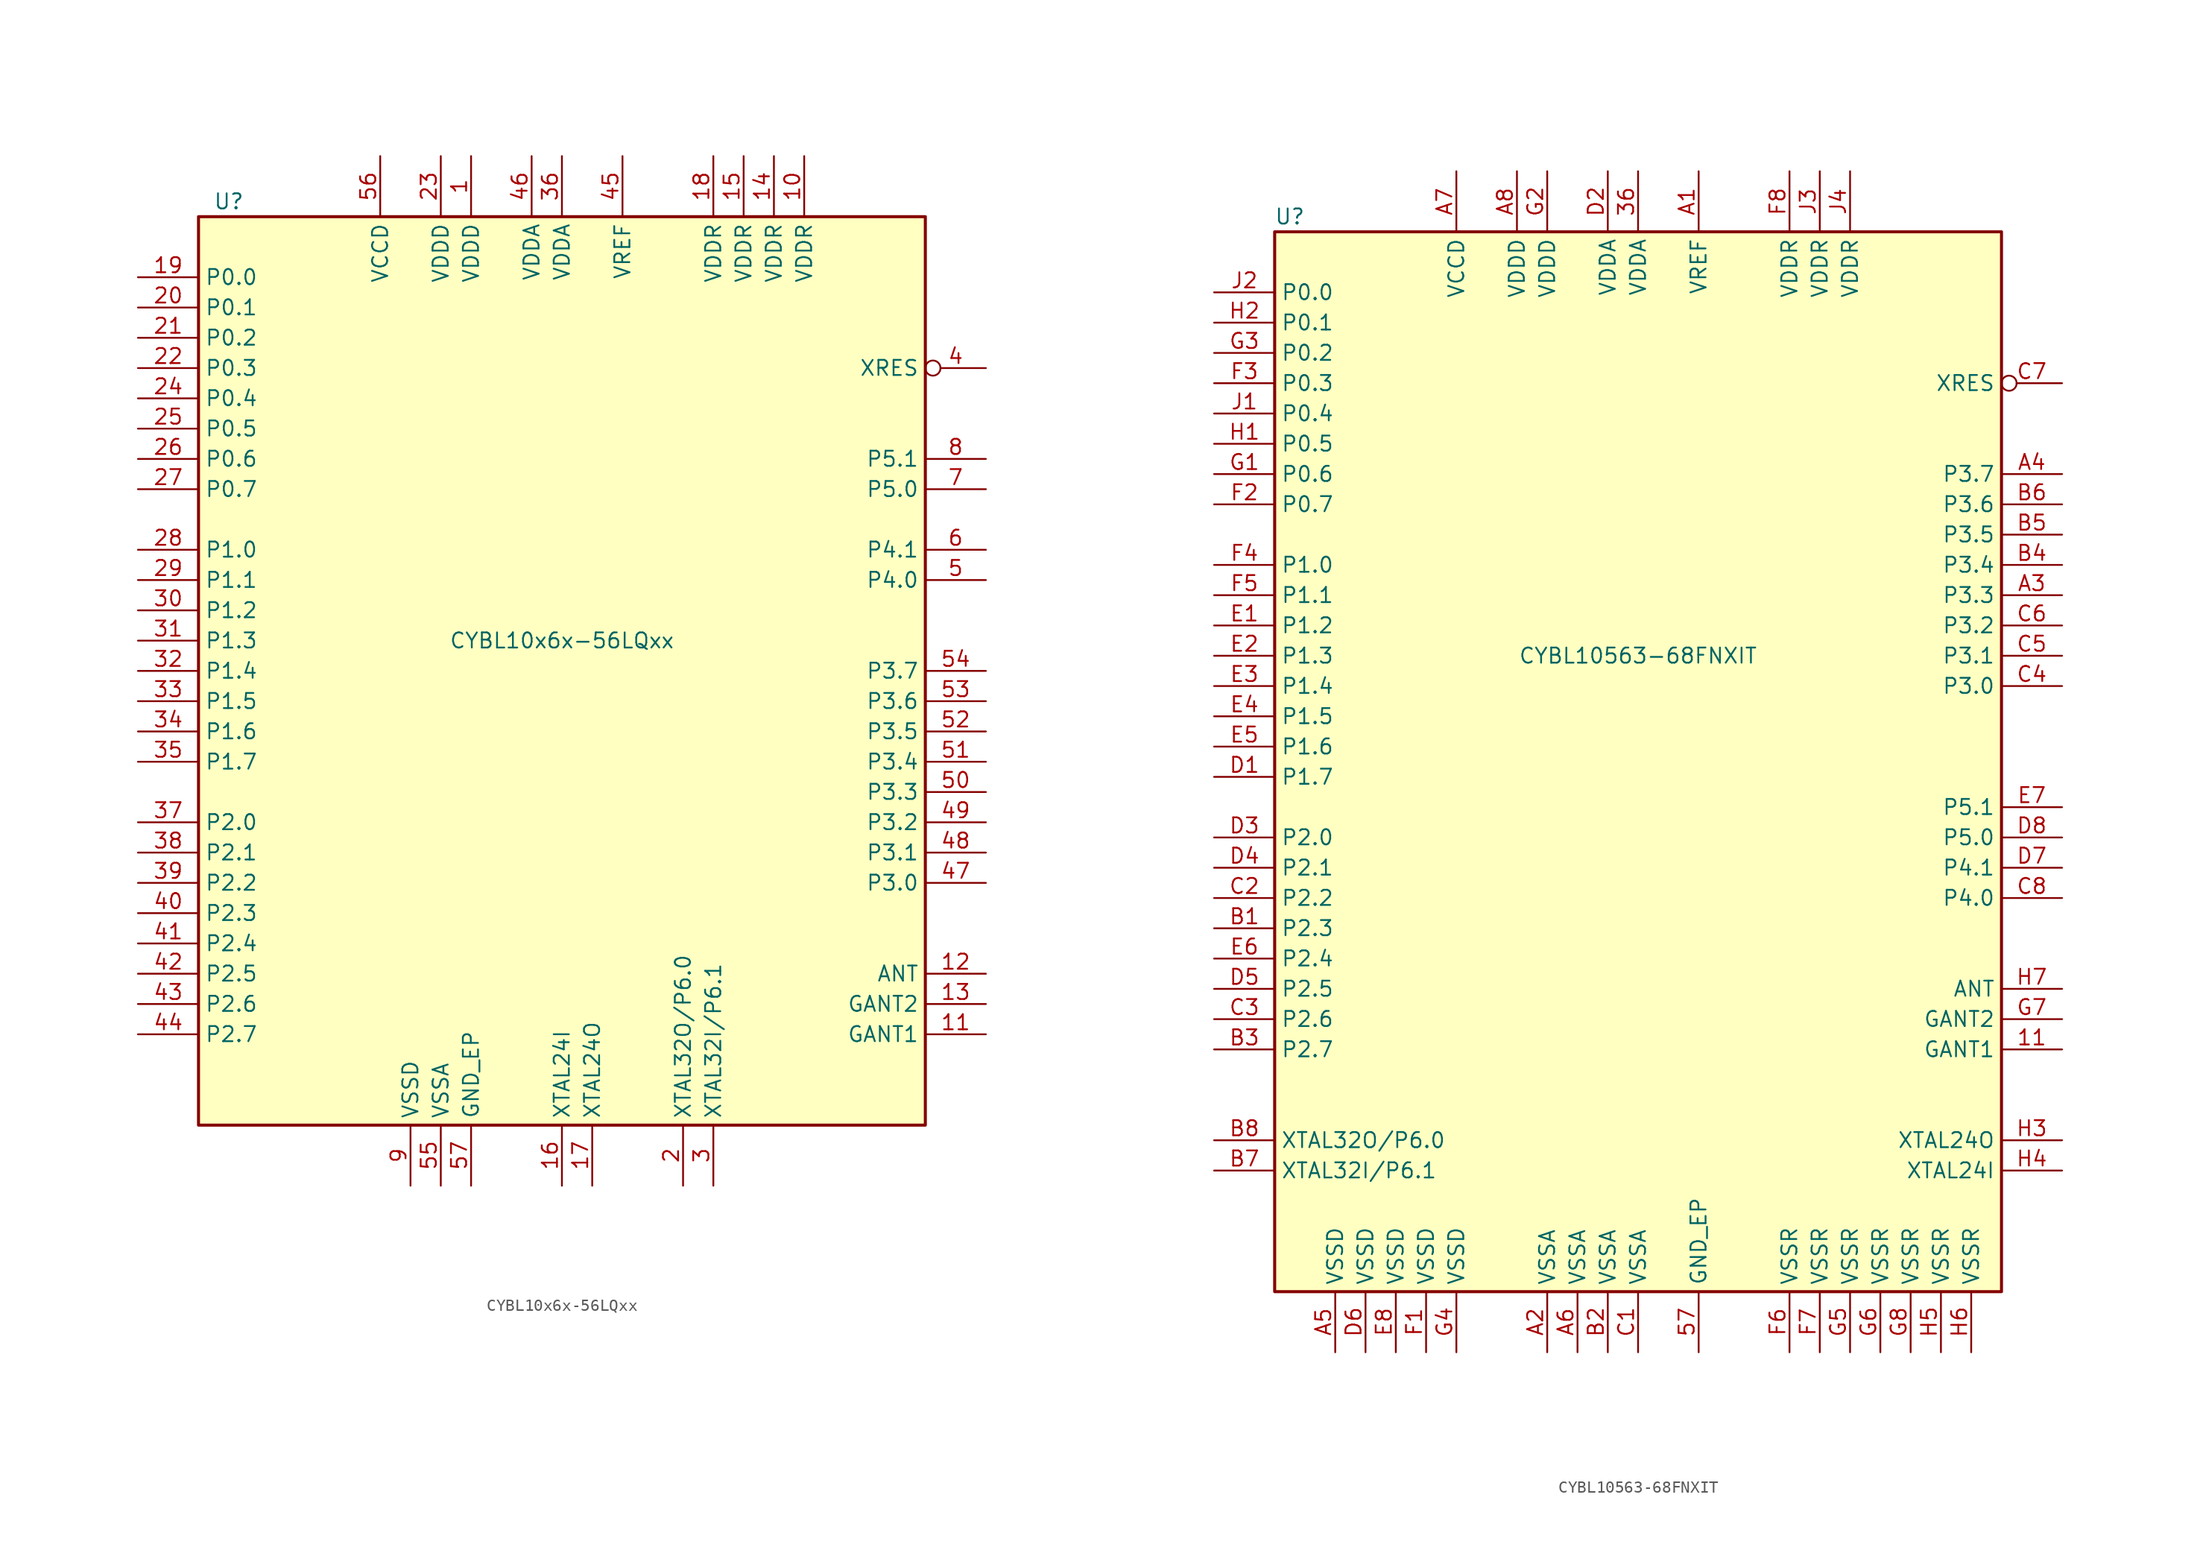
<source format=kicad_sym>
(kicad_symbol_lib
  (version 20201005)
  (generator kicad_symbol_editor)
  (symbol "CYBL10x6x-56LQxx"
    (property "Reference" "U"
      (at -27.94 39.37 0)
      (effects (font (size 1.27 1.27))))
    (property "Value" "CYBL10x6x-56LQxx"
      (at 0 2.54 0)
      (effects (font (size 1.27 1.27))))
    (symbol "CYBL10x6x-56LQxx_1_0"
      (rectangle (start -30.48 -38.1) (end 30.48 38.1) (stroke (width 0.254)) (fill (type background))))
    (symbol "CYBL10x6x-56LQxx_1_1"
      (pin power_in line (at -7.62 43.18 270) (length 5.08) (name "VDDD" (effects (font (size 1.27 1.27)))) (number "1" (effects (font (size 1.27 1.27)))))
      (pin power_in line (at 20.32 43.18 270) (length 5.08) (name "VDDR" (effects (font (size 1.27 1.27)))) (number "10" (effects (font (size 1.27 1.27)))))
      (pin power_in line (at 35.56 -30.48 180) (length 5.08) (name "GANT1" (effects (font (size 1.27 1.27)))) (number "11" (effects (font (size 1.27 1.27)))))
      (pin output line (at 35.56 -25.4 180) (length 5.08) (name "ANT" (effects (font (size 1.27 1.27)))) (number "12" (effects (font (size 1.27 1.27)))))
      (pin power_in line (at 35.56 -27.94 180) (length 5.08) (name "GANT2" (effects (font (size 1.27 1.27)))) (number "13" (effects (font (size 1.27 1.27)))))
      (pin power_in line (at 17.78 43.18 270) (length 5.08) (name "VDDR" (effects (font (size 1.27 1.27)))) (number "14" (effects (font (size 1.27 1.27)))))
      (pin power_in line (at 15.24 43.18 270) (length 5.08) (name "VDDR" (effects (font (size 1.27 1.27)))) (number "15" (effects (font (size 1.27 1.27)))))
      (pin input line (at 0 -43.18 90) (length 5.08) (name "XTAL24I" (effects (font (size 1.27 1.27)))) (number "16" (effects (font (size 1.27 1.27)))))
      (pin output line (at 2.54 -43.18 90) (length 5.08) (name "XTAL24O" (effects (font (size 1.27 1.27)))) (number "17" (effects (font (size 1.27 1.27)))))
      (pin power_in line (at 12.7 43.18 270) (length 5.08) (name "VDDR" (effects (font (size 1.27 1.27)))) (number "18" (effects (font (size 1.27 1.27)))))
      (pin bidirectional line (at -35.56 33.02 0) (length 5.08) (name "P0.0" (effects (font (size 1.27 1.27)))) (number "19" (effects (font (size 1.27 1.27)))))
      (pin bidirectional line (at 10.16 -43.18 90) (length 5.08) (name "XTAL32O/P6.0" (effects (font (size 1.27 1.27)))) (number "2" (effects (font (size 1.27 1.27)))))
      (pin bidirectional line (at -35.56 30.48 0) (length 5.08) (name "P0.1" (effects (font (size 1.27 1.27)))) (number "20" (effects (font (size 1.27 1.27)))))
      (pin bidirectional line (at -35.56 27.94 0) (length 5.08) (name "P0.2" (effects (font (size 1.27 1.27)))) (number "21" (effects (font (size 1.27 1.27)))))
      (pin bidirectional line (at -35.56 25.4 0) (length 5.08) (name "P0.3" (effects (font (size 1.27 1.27)))) (number "22" (effects (font (size 1.27 1.27)))))
      (pin power_in line (at -10.16 43.18 270) (length 5.08) (name "VDDD" (effects (font (size 1.27 1.27)))) (number "23" (effects (font (size 1.27 1.27)))))
      (pin bidirectional line (at -35.56 22.86 0) (length 5.08) (name "P0.4" (effects (font (size 1.27 1.27)))) (number "24" (effects (font (size 1.27 1.27)))))
      (pin bidirectional line (at -35.56 20.32 0) (length 5.08) (name "P0.5" (effects (font (size 1.27 1.27)))) (number "25" (effects (font (size 1.27 1.27)))))
      (pin bidirectional line (at -35.56 17.78 0) (length 5.08) (name "P0.6" (effects (font (size 1.27 1.27)))) (number "26" (effects (font (size 1.27 1.27)))))
      (pin bidirectional line (at -35.56 15.24 0) (length 5.08) (name "P0.7" (effects (font (size 1.27 1.27)))) (number "27" (effects (font (size 1.27 1.27)))))
      (pin bidirectional line (at -35.56 10.16 0) (length 5.08) (name "P1.0" (effects (font (size 1.27 1.27)))) (number "28" (effects (font (size 1.27 1.27)))))
      (pin bidirectional line (at -35.56 7.62 0) (length 5.08) (name "P1.1" (effects (font (size 1.27 1.27)))) (number "29" (effects (font (size 1.27 1.27)))))
      (pin bidirectional line (at 12.7 -43.18 90) (length 5.08) (name "XTAL32I/P6.1" (effects (font (size 1.27 1.27)))) (number "3" (effects (font (size 1.27 1.27)))))
      (pin bidirectional line (at -35.56 5.08 0) (length 5.08) (name "P1.2" (effects (font (size 1.27 1.27)))) (number "30" (effects (font (size 1.27 1.27)))))
      (pin bidirectional line (at -35.56 2.54 0) (length 5.08) (name "P1.3" (effects (font (size 1.27 1.27)))) (number "31" (effects (font (size 1.27 1.27)))))
      (pin bidirectional line (at -35.56 0 0) (length 5.08) (name "P1.4" (effects (font (size 1.27 1.27)))) (number "32" (effects (font (size 1.27 1.27)))))
      (pin bidirectional line (at -35.56 -2.54 0) (length 5.08) (name "P1.5" (effects (font (size 1.27 1.27)))) (number "33" (effects (font (size 1.27 1.27)))))
      (pin bidirectional line (at -35.56 -5.08 0) (length 5.08) (name "P1.6" (effects (font (size 1.27 1.27)))) (number "34" (effects (font (size 1.27 1.27)))))
      (pin bidirectional line (at -35.56 -7.62 0) (length 5.08) (name "P1.7" (effects (font (size 1.27 1.27)))) (number "35" (effects (font (size 1.27 1.27)))))
      (pin power_in line (at 0 43.18 270) (length 5.08) (name "VDDA" (effects (font (size 1.27 1.27)))) (number "36" (effects (font (size 1.27 1.27)))))
      (pin bidirectional line (at -35.56 -12.7 0) (length 5.08) (name "P2.0" (effects (font (size 1.27 1.27)))) (number "37" (effects (font (size 1.27 1.27)))))
      (pin bidirectional line (at -35.56 -15.24 0) (length 5.08) (name "P2.1" (effects (font (size 1.27 1.27)))) (number "38" (effects (font (size 1.27 1.27)))))
      (pin bidirectional line (at -35.56 -17.78 0) (length 5.08) (name "P2.2" (effects (font (size 1.27 1.27)))) (number "39" (effects (font (size 1.27 1.27)))))
      (pin input inverted (at 35.56 25.4 180) (length 5.08) (name "XRES" (effects (font (size 1.27 1.27)))) (number "4" (effects (font (size 1.27 1.27)))))
      (pin bidirectional line (at -35.56 -20.32 0) (length 5.08) (name "P2.3" (effects (font (size 1.27 1.27)))) (number "40" (effects (font (size 1.27 1.27)))))
      (pin bidirectional line (at -35.56 -22.86 0) (length 5.08) (name "P2.4" (effects (font (size 1.27 1.27)))) (number "41" (effects (font (size 1.27 1.27)))))
      (pin bidirectional line (at -35.56 -25.4 0) (length 5.08) (name "P2.5" (effects (font (size 1.27 1.27)))) (number "42" (effects (font (size 1.27 1.27)))))
      (pin bidirectional line (at -35.56 -27.94 0) (length 5.08) (name "P2.6" (effects (font (size 1.27 1.27)))) (number "43" (effects (font (size 1.27 1.27)))))
      (pin bidirectional line (at -35.56 -30.48 0) (length 5.08) (name "P2.7" (effects (font (size 1.27 1.27)))) (number "44" (effects (font (size 1.27 1.27)))))
      (pin passive line (at 5.08 43.18 270) (length 5.08) (name "VREF" (effects (font (size 1.27 1.27)))) (number "45" (effects (font (size 1.27 1.27)))))
      (pin power_in line (at -2.54 43.18 270) (length 5.08) (name "VDDA" (effects (font (size 1.27 1.27)))) (number "46" (effects (font (size 1.27 1.27)))))
      (pin bidirectional line (at 35.56 -17.78 180) (length 5.08) (name "P3.0" (effects (font (size 1.27 1.27)))) (number "47" (effects (font (size 1.27 1.27)))))
      (pin bidirectional line (at 35.56 -15.24 180) (length 5.08) (name "P3.1" (effects (font (size 1.27 1.27)))) (number "48" (effects (font (size 1.27 1.27)))))
      (pin bidirectional line (at 35.56 -12.7 180) (length 5.08) (name "P3.2" (effects (font (size 1.27 1.27)))) (number "49" (effects (font (size 1.27 1.27)))))
      (pin bidirectional line (at 35.56 7.62 180) (length 5.08) (name "P4.0" (effects (font (size 1.27 1.27)))) (number "5" (effects (font (size 1.27 1.27)))))
      (pin bidirectional line (at 35.56 -10.16 180) (length 5.08) (name "P3.3" (effects (font (size 1.27 1.27)))) (number "50" (effects (font (size 1.27 1.27)))))
      (pin bidirectional line (at 35.56 -7.62 180) (length 5.08) (name "P3.4" (effects (font (size 1.27 1.27)))) (number "51" (effects (font (size 1.27 1.27)))))
      (pin bidirectional line (at 35.56 -5.08 180) (length 5.08) (name "P3.5" (effects (font (size 1.27 1.27)))) (number "52" (effects (font (size 1.27 1.27)))))
      (pin bidirectional line (at 35.56 -2.54 180) (length 5.08) (name "P3.6" (effects (font (size 1.27 1.27)))) (number "53" (effects (font (size 1.27 1.27)))))
      (pin bidirectional line (at 35.56 0 180) (length 5.08) (name "P3.7" (effects (font (size 1.27 1.27)))) (number "54" (effects (font (size 1.27 1.27)))))
      (pin power_in line (at -10.16 -43.18 90) (length 5.08) (name "VSSA" (effects (font (size 1.27 1.27)))) (number "55" (effects (font (size 1.27 1.27)))))
      (pin power_out line (at -15.24 43.18 270) (length 5.08) (name "VCCD" (effects (font (size 1.27 1.27)))) (number "56" (effects (font (size 1.27 1.27)))))
      (pin power_in line (at -7.62 -43.18 90) (length 5.08) (name "GND_EP" (effects (font (size 1.27 1.27)))) (number "57" (effects (font (size 1.27 1.27)))))
      (pin bidirectional line (at 35.56 10.16 180) (length 5.08) (name "P4.1" (effects (font (size 1.27 1.27)))) (number "6" (effects (font (size 1.27 1.27)))))
      (pin bidirectional line (at 35.56 15.24 180) (length 5.08) (name "P5.0" (effects (font (size 1.27 1.27)))) (number "7" (effects (font (size 1.27 1.27)))))
      (pin bidirectional line (at 35.56 17.78 180) (length 5.08) (name "P5.1" (effects (font (size 1.27 1.27)))) (number "8" (effects (font (size 1.27 1.27)))))
      (pin power_in line (at -12.7 -43.18 90) (length 5.08) (name "VSSD" (effects (font (size 1.27 1.27)))) (number "9" (effects (font (size 1.27 1.27)))))))
  (symbol "CYBL10563-68FNXIT"
    (property "Reference" "U"
      (at -29.21 39.37 0)
      (effects (font (size 1.27 1.27))))
    (property "Value" "CYBL10563-68FNXIT"
      (at 0 2.54 0)
      (effects (font (size 1.27 1.27))))
    (symbol "CYBL10563-68FNXIT_1_0"
      (rectangle (start -30.48 -50.8) (end 30.48 38.1) (stroke (width 0.254)) (fill (type background))))
    (symbol "CYBL10563-68FNXIT_1_1"
      (pin power_in line (at 35.56 -30.48 180) (length 5.08) (name "GANT1" (effects (font (size 1.27 1.27)))) (number "11" (effects (font (size 1.27 1.27)))))
      (pin power_in line (at 0 43.18 270) (length 5.08) (name "VDDA" (effects (font (size 1.27 1.27)))) (number "36" (effects (font (size 1.27 1.27)))))
      (pin power_in line (at 5.08 -55.88 90) (length 5.08) (name "GND_EP" (effects (font (size 1.27 1.27)))) (number "57" (effects (font (size 1.27 1.27)))))
      (pin passive line (at 5.08 43.18 270) (length 5.08) (name "VREF" (effects (font (size 1.27 1.27)))) (number "A1" (effects (font (size 1.27 1.27)))))
      (pin power_in line (at -7.62 -55.88 90) (length 5.08) (name "VSSA" (effects (font (size 1.27 1.27)))) (number "A2" (effects (font (size 1.27 1.27)))))
      (pin bidirectional line (at 35.56 7.62 180) (length 5.08) (name "P3.3" (effects (font (size 1.27 1.27)))) (number "A3" (effects (font (size 1.27 1.27)))))
      (pin bidirectional line (at 35.56 17.78 180) (length 5.08) (name "P3.7" (effects (font (size 1.27 1.27)))) (number "A4" (effects (font (size 1.27 1.27)))))
      (pin power_in line (at -25.4 -55.88 90) (length 5.08) (name "VSSD" (effects (font (size 1.27 1.27)))) (number "A5" (effects (font (size 1.27 1.27)))))
      (pin power_in line (at -5.08 -55.88 90) (length 5.08) (name "VSSA" (effects (font (size 1.27 1.27)))) (number "A6" (effects (font (size 1.27 1.27)))))
      (pin power_out line (at -15.24 43.18 270) (length 5.08) (name "VCCD" (effects (font (size 1.27 1.27)))) (number "A7" (effects (font (size 1.27 1.27)))))
      (pin power_in line (at -10.16 43.18 270) (length 5.08) (name "VDDD" (effects (font (size 1.27 1.27)))) (number "A8" (effects (font (size 1.27 1.27)))))
      (pin bidirectional line (at -35.56 -20.32 0) (length 5.08) (name "P2.3" (effects (font (size 1.27 1.27)))) (number "B1" (effects (font (size 1.27 1.27)))))
      (pin bidirectional line (at -2.54 -55.88 90) (length 5.08) (name "VSSA" (effects (font (size 1.27 1.27)))) (number "B2" (effects (font (size 1.27 1.27)))))
      (pin bidirectional line (at -35.56 -30.48 0) (length 5.08) (name "P2.7" (effects (font (size 1.27 1.27)))) (number "B3" (effects (font (size 1.27 1.27)))))
      (pin bidirectional line (at 35.56 10.16 180) (length 5.08) (name "P3.4" (effects (font (size 1.27 1.27)))) (number "B4" (effects (font (size 1.27 1.27)))))
      (pin bidirectional line (at 35.56 12.7 180) (length 5.08) (name "P3.5" (effects (font (size 1.27 1.27)))) (number "B5" (effects (font (size 1.27 1.27)))))
      (pin bidirectional line (at 35.56 15.24 180) (length 5.08) (name "P3.6" (effects (font (size 1.27 1.27)))) (number "B6" (effects (font (size 1.27 1.27)))))
      (pin bidirectional line (at -35.56 -40.64 0) (length 5.08) (name "XTAL32I/P6.1" (effects (font (size 1.27 1.27)))) (number "B7" (effects (font (size 1.27 1.27)))))
      (pin bidirectional line (at -35.56 -38.1 0) (length 5.08) (name "XTAL32O/P6.0" (effects (font (size 1.27 1.27)))) (number "B8" (effects (font (size 1.27 1.27)))))
      (pin power_in line (at 0 -55.88 90) (length 5.08) (name "VSSA" (effects (font (size 1.27 1.27)))) (number "C1" (effects (font (size 1.27 1.27)))))
      (pin bidirectional line (at -35.56 -17.78 0) (length 5.08) (name "P2.2" (effects (font (size 1.27 1.27)))) (number "C2" (effects (font (size 1.27 1.27)))))
      (pin bidirectional line (at -35.56 -27.94 0) (length 5.08) (name "P2.6" (effects (font (size 1.27 1.27)))) (number "C3" (effects (font (size 1.27 1.27)))))
      (pin bidirectional line (at 35.56 0 180) (length 5.08) (name "P3.0" (effects (font (size 1.27 1.27)))) (number "C4" (effects (font (size 1.27 1.27)))))
      (pin bidirectional line (at 35.56 2.54 180) (length 5.08) (name "P3.1" (effects (font (size 1.27 1.27)))) (number "C5" (effects (font (size 1.27 1.27)))))
      (pin bidirectional line (at 35.56 5.08 180) (length 5.08) (name "P3.2" (effects (font (size 1.27 1.27)))) (number "C6" (effects (font (size 1.27 1.27)))))
      (pin input inverted (at 35.56 25.4 180) (length 5.08) (name "XRES" (effects (font (size 1.27 1.27)))) (number "C7" (effects (font (size 1.27 1.27)))))
      (pin bidirectional line (at 35.56 -17.78 180) (length 5.08) (name "P4.0" (effects (font (size 1.27 1.27)))) (number "C8" (effects (font (size 1.27 1.27)))))
      (pin bidirectional line (at -35.56 -7.62 0) (length 5.08) (name "P1.7" (effects (font (size 1.27 1.27)))) (number "D1" (effects (font (size 1.27 1.27)))))
      (pin power_in line (at -2.54 43.18 270) (length 5.08) (name "VDDA" (effects (font (size 1.27 1.27)))) (number "D2" (effects (font (size 1.27 1.27)))))
      (pin bidirectional line (at -35.56 -12.7 0) (length 5.08) (name "P2.0" (effects (font (size 1.27 1.27)))) (number "D3" (effects (font (size 1.27 1.27)))))
      (pin bidirectional line (at -35.56 -15.24 0) (length 5.08) (name "P2.1" (effects (font (size 1.27 1.27)))) (number "D4" (effects (font (size 1.27 1.27)))))
      (pin bidirectional line (at -35.56 -25.4 0) (length 5.08) (name "P2.5" (effects (font (size 1.27 1.27)))) (number "D5" (effects (font (size 1.27 1.27)))))
      (pin power_in line (at -22.86 -55.88 90) (length 5.08) (name "VSSD" (effects (font (size 1.27 1.27)))) (number "D6" (effects (font (size 1.27 1.27)))))
      (pin bidirectional line (at 35.56 -15.24 180) (length 5.08) (name "P4.1" (effects (font (size 1.27 1.27)))) (number "D7" (effects (font (size 1.27 1.27)))))
      (pin bidirectional line (at 35.56 -12.7 180) (length 5.08) (name "P5.0" (effects (font (size 1.27 1.27)))) (number "D8" (effects (font (size 1.27 1.27)))))
      (pin bidirectional line (at -35.56 5.08 0) (length 5.08) (name "P1.2" (effects (font (size 1.27 1.27)))) (number "E1" (effects (font (size 1.27 1.27)))))
      (pin bidirectional line (at -35.56 2.54 0) (length 5.08) (name "P1.3" (effects (font (size 1.27 1.27)))) (number "E2" (effects (font (size 1.27 1.27)))))
      (pin bidirectional line (at -35.56 0 0) (length 5.08) (name "P1.4" (effects (font (size 1.27 1.27)))) (number "E3" (effects (font (size 1.27 1.27)))))
      (pin bidirectional line (at -35.56 -2.54 0) (length 5.08) (name "P1.5" (effects (font (size 1.27 1.27)))) (number "E4" (effects (font (size 1.27 1.27)))))
      (pin bidirectional line (at -35.56 -5.08 0) (length 5.08) (name "P1.6" (effects (font (size 1.27 1.27)))) (number "E5" (effects (font (size 1.27 1.27)))))
      (pin bidirectional line (at -35.56 -22.86 0) (length 5.08) (name "P2.4" (effects (font (size 1.27 1.27)))) (number "E6" (effects (font (size 1.27 1.27)))))
      (pin bidirectional line (at 35.56 -10.16 180) (length 5.08) (name "P5.1" (effects (font (size 1.27 1.27)))) (number "E7" (effects (font (size 1.27 1.27)))))
      (pin power_in line (at -20.32 -55.88 90) (length 5.08) (name "VSSD" (effects (font (size 1.27 1.27)))) (number "E8" (effects (font (size 1.27 1.27)))))
      (pin power_in line (at -17.78 -55.88 90) (length 5.08) (name "VSSD" (effects (font (size 1.27 1.27)))) (number "F1" (effects (font (size 1.27 1.27)))))
      (pin bidirectional line (at -35.56 15.24 0) (length 5.08) (name "P0.7" (effects (font (size 1.27 1.27)))) (number "F2" (effects (font (size 1.27 1.27)))))
      (pin bidirectional line (at -35.56 25.4 0) (length 5.08) (name "P0.3" (effects (font (size 1.27 1.27)))) (number "F3" (effects (font (size 1.27 1.27)))))
      (pin bidirectional line (at -35.56 10.16 0) (length 5.08) (name "P1.0" (effects (font (size 1.27 1.27)))) (number "F4" (effects (font (size 1.27 1.27)))))
      (pin bidirectional line (at -35.56 7.62 0) (length 5.08) (name "P1.1" (effects (font (size 1.27 1.27)))) (number "F5" (effects (font (size 1.27 1.27)))))
      (pin power_in line (at 12.7 -55.88 90) (length 5.08) (name "VSSR" (effects (font (size 1.27 1.27)))) (number "F6" (effects (font (size 1.27 1.27)))))
      (pin power_in line (at 15.24 -55.88 90) (length 5.08) (name "VSSR" (effects (font (size 1.27 1.27)))) (number "F7" (effects (font (size 1.27 1.27)))))
      (pin power_in line (at 12.7 43.18 270) (length 5.08) (name "VDDR" (effects (font (size 1.27 1.27)))) (number "F8" (effects (font (size 1.27 1.27)))))
      (pin bidirectional line (at -35.56 17.78 0) (length 5.08) (name "P0.6" (effects (font (size 1.27 1.27)))) (number "G1" (effects (font (size 1.27 1.27)))))
      (pin power_in line (at -7.62 43.18 270) (length 5.08) (name "VDDD" (effects (font (size 1.27 1.27)))) (number "G2" (effects (font (size 1.27 1.27)))))
      (pin bidirectional line (at -35.56 27.94 0) (length 5.08) (name "P0.2" (effects (font (size 1.27 1.27)))) (number "G3" (effects (font (size 1.27 1.27)))))
      (pin power_in line (at -15.24 -55.88 90) (length 5.08) (name "VSSD" (effects (font (size 1.27 1.27)))) (number "G4" (effects (font (size 1.27 1.27)))))
      (pin power_in line (at 17.78 -55.88 90) (length 5.08) (name "VSSR" (effects (font (size 1.27 1.27)))) (number "G5" (effects (font (size 1.27 1.27)))))
      (pin power_in line (at 20.32 -55.88 90) (length 5.08) (name "VSSR" (effects (font (size 1.27 1.27)))) (number "G6" (effects (font (size 1.27 1.27)))))
      (pin power_in line (at 35.56 -27.94 180) (length 5.08) (name "GANT2" (effects (font (size 1.27 1.27)))) (number "G7" (effects (font (size 1.27 1.27)))))
      (pin power_in line (at 22.86 -55.88 90) (length 5.08) (name "VSSR" (effects (font (size 1.27 1.27)))) (number "G8" (effects (font (size 1.27 1.27)))))
      (pin bidirectional line (at -35.56 20.32 0) (length 5.08) (name "P0.5" (effects (font (size 1.27 1.27)))) (number "H1" (effects (font (size 1.27 1.27)))))
      (pin bidirectional line (at -35.56 30.48 0) (length 5.08) (name "P0.1" (effects (font (size 1.27 1.27)))) (number "H2" (effects (font (size 1.27 1.27)))))
      (pin output line (at 35.56 -38.1 180) (length 5.08) (name "XTAL24O" (effects (font (size 1.27 1.27)))) (number "H3" (effects (font (size 1.27 1.27)))))
      (pin input line (at 35.56 -40.64 180) (length 5.08) (name "XTAL24I" (effects (font (size 1.27 1.27)))) (number "H4" (effects (font (size 1.27 1.27)))))
      (pin power_in line (at 25.4 -55.88 90) (length 5.08) (name "VSSR" (effects (font (size 1.27 1.27)))) (number "H5" (effects (font (size 1.27 1.27)))))
      (pin power_in line (at 27.94 -55.88 90) (length 5.08) (name "VSSR" (effects (font (size 1.27 1.27)))) (number "H6" (effects (font (size 1.27 1.27)))))
      (pin output line (at 35.56 -25.4 180) (length 5.08) (name "ANT" (effects (font (size 1.27 1.27)))) (number "H7" (effects (font (size 1.27 1.27)))))
      (pin bidirectional line (at -35.56 22.86 0) (length 5.08) (name "P0.4" (effects (font (size 1.27 1.27)))) (number "J1" (effects (font (size 1.27 1.27)))))
      (pin bidirectional line (at -35.56 33.02 0) (length 5.08) (name "P0.0" (effects (font (size 1.27 1.27)))) (number "J2" (effects (font (size 1.27 1.27)))))
      (pin power_in line (at 15.24 43.18 270) (length 5.08) (name "VDDR" (effects (font (size 1.27 1.27)))) (number "J3" (effects (font (size 1.27 1.27)))))
      (pin power_in line (at 17.78 43.18 270) (length 5.08) (name "VDDR" (effects (font (size 1.27 1.27)))) (number "J4" (effects (font (size 1.27 1.27)))))
      (pin no_connect line (at 30.48 30.48 180) (length 2.54) hide (name "NC" (effects (font (size 1.27 1.27)))) (number "J7" (effects (font (size 1.27 1.27))))))))
</source>
